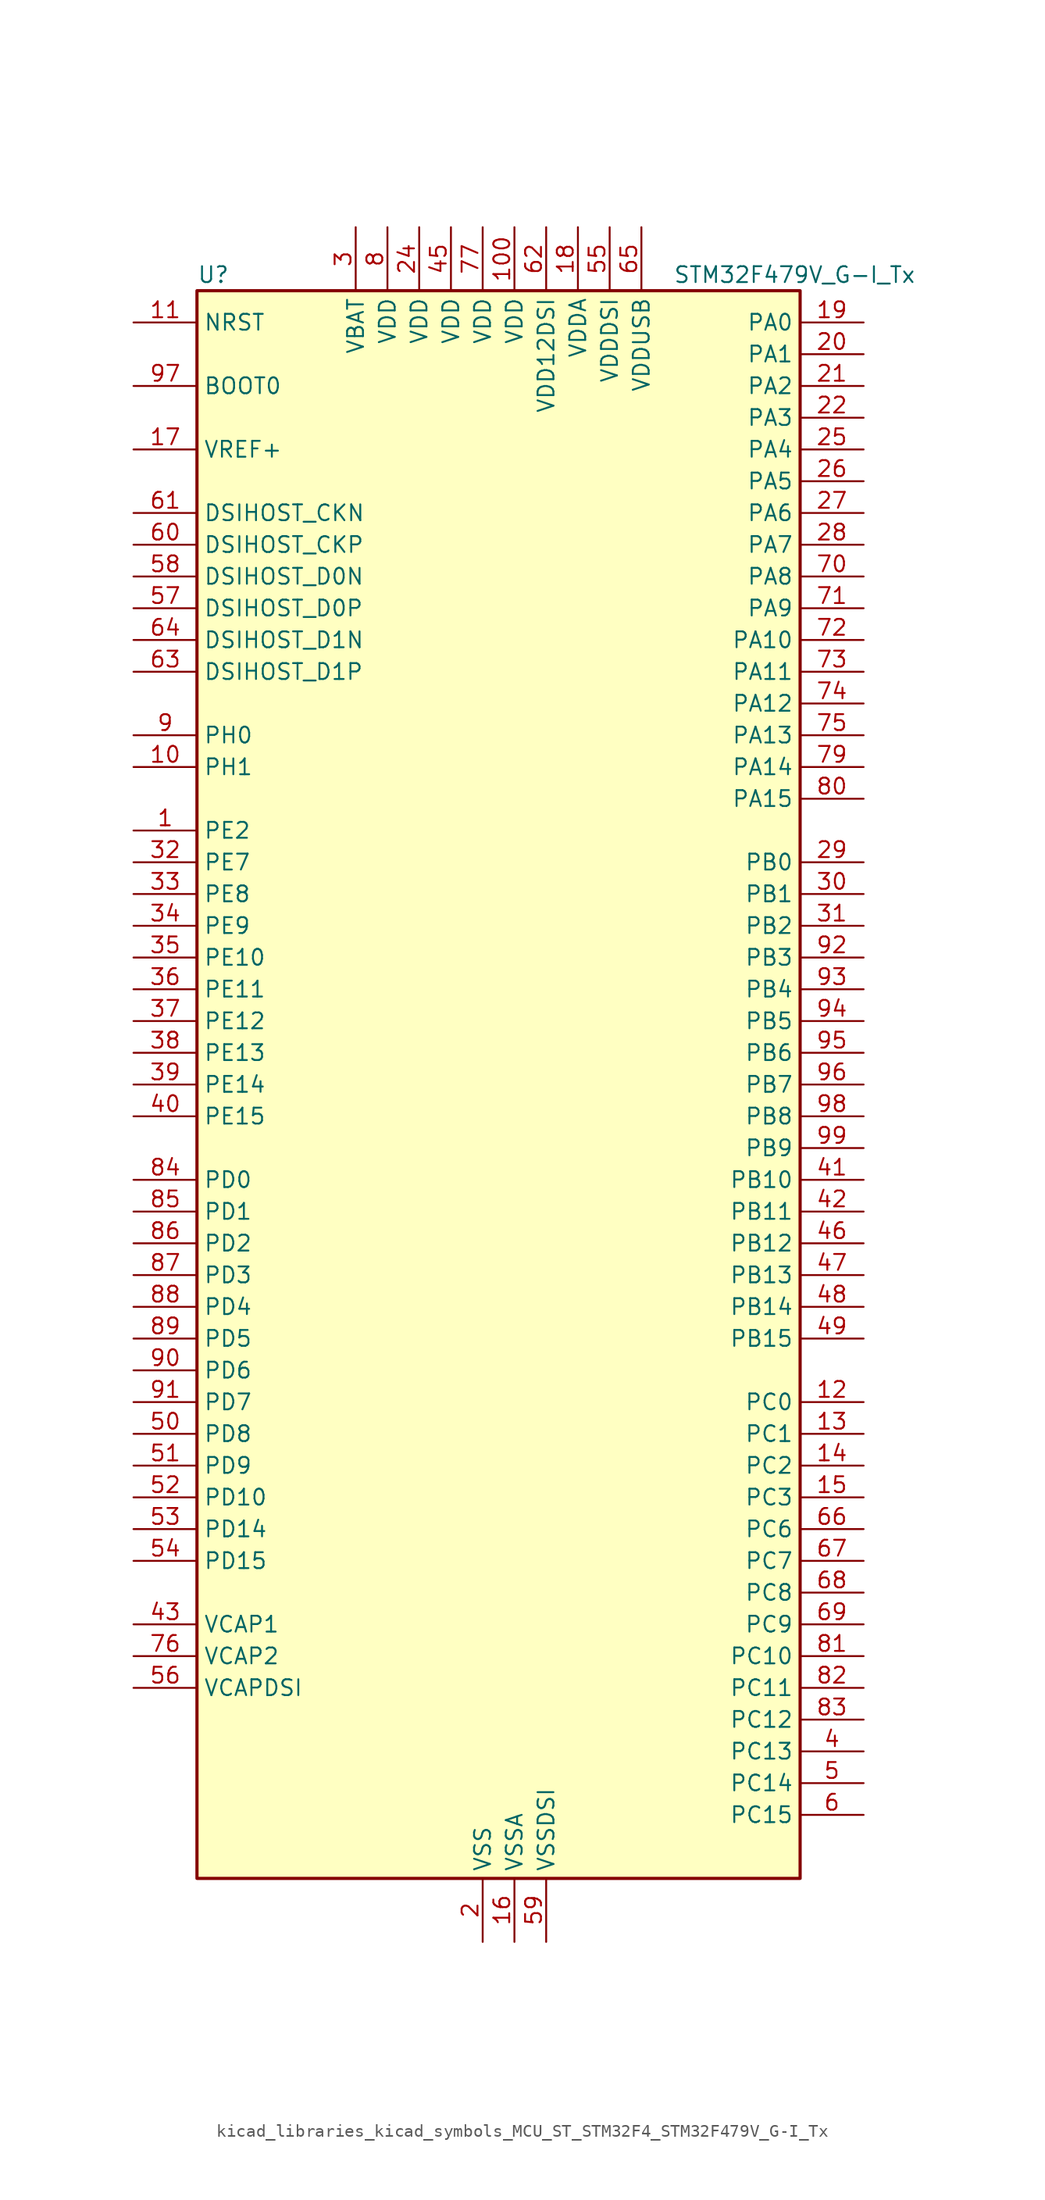
<source format=kicad_sym>
(kicad_symbol_lib
  (version 20220914)
  (generator kicad_symbol_editor)
  (symbol "kicad_libraries_kicad_symbols_MCU_ST_STM32F4_STM32F479V_G-I_Tx"
    (property "Reference" "U"
      (at -22.86 64.77 0)
      (effects (font (size 1.27 1.27)) (justify left)))
    (property "Value" "STM32F479V_G-I_Tx"
      (at 15.24 64.77 0)
      (effects (font (size 1.27 1.27)) (justify left)))
    (property "ki_locked" ""
      (at 0 0 0)
      (effects (font (size 1.27 1.27))))
    (symbol "kicad_libraries_kicad_symbols_MCU_ST_STM32F4_STM32F479V_G-I_Tx_0_1"
      (rectangle (start -22.86 -63.5) (end 25.4 63.5) (stroke (width 0.254) (type default)) (fill (type background))))
    (symbol "kicad_libraries_kicad_symbols_MCU_ST_STM32F4_STM32F479V_G-I_Tx_1_1"
      (pin bidirectional line (at -27.94 20.32 0) (length 5.08) (name "PE2" (effects (font (size 1.27 1.27)))) (number "1" (effects (font (size 1.27 1.27)))) (alternate "FMC_A23" bidirectional line) (alternate "QUADSPI_BK1_IO2" bidirectional line) (alternate "SAI1_MCLK_A" bidirectional line) (alternate "SPI4_SCK" bidirectional line) (alternate "SYS_TRACECLK" bidirectional line))
      (pin bidirectional line (at -27.94 25.4 0) (length 5.08) (name "PH1" (effects (font (size 1.27 1.27)))) (number "10" (effects (font (size 1.27 1.27)))) (alternate "RCC_OSC_OUT" bidirectional line))
      (pin power_in line (at 2.54 68.58 270) (length 5.08) (name "VDD" (effects (font (size 1.27 1.27)))) (number "100" (effects (font (size 1.27 1.27)))))
      (pin input line (at -27.94 60.96 0) (length 5.08) (name "NRST" (effects (font (size 1.27 1.27)))) (number "11" (effects (font (size 1.27 1.27)))))
      (pin bidirectional line (at 30.48 -25.4 180) (length 5.08) (name "PC0" (effects (font (size 1.27 1.27)))) (number "12" (effects (font (size 1.27 1.27)))) (alternate "ADC1_IN10" bidirectional line) (alternate "ADC2_IN10" bidirectional line) (alternate "ADC3_IN10" bidirectional line) (alternate "FMC_SDNWE" bidirectional line) (alternate "LTDC_R5" bidirectional line) (alternate "USB_OTG_HS_ULPI_STP" bidirectional line))
      (pin bidirectional line (at 30.48 -27.94 180) (length 5.08) (name "PC1" (effects (font (size 1.27 1.27)))) (number "13" (effects (font (size 1.27 1.27)))) (alternate "ADC1_IN11" bidirectional line) (alternate "ADC2_IN11" bidirectional line) (alternate "ADC3_IN11" bidirectional line) (alternate "I2S2_SD" bidirectional line) (alternate "SAI1_SD_A" bidirectional line) (alternate "SPI2_MOSI" bidirectional line) (alternate "SYS_TRACED0" bidirectional line))
      (pin bidirectional line (at 30.48 -30.48 180) (length 5.08) (name "PC2" (effects (font (size 1.27 1.27)))) (number "14" (effects (font (size 1.27 1.27)))) (alternate "ADC1_IN12" bidirectional line) (alternate "ADC2_IN12" bidirectional line) (alternate "ADC3_IN12" bidirectional line) (alternate "FMC_SDNE0" bidirectional line) (alternate "I2S2_ext_SD" bidirectional line) (alternate "SPI2_MISO" bidirectional line) (alternate "USB_OTG_HS_ULPI_DIR" bidirectional line))
      (pin bidirectional line (at 30.48 -33.02 180) (length 5.08) (name "PC3" (effects (font (size 1.27 1.27)))) (number "15" (effects (font (size 1.27 1.27)))) (alternate "ADC1_IN13" bidirectional line) (alternate "ADC2_IN13" bidirectional line) (alternate "ADC3_IN13" bidirectional line) (alternate "FMC_SDCKE0" bidirectional line) (alternate "I2S2_SD" bidirectional line) (alternate "SPI2_MOSI" bidirectional line) (alternate "USB_OTG_HS_ULPI_NXT" bidirectional line))
      (pin power_in line (at 2.54 -68.58 90) (length 5.08) (name "VSSA" (effects (font (size 1.27 1.27)))) (number "16" (effects (font (size 1.27 1.27)))))
      (pin input line (at -27.94 50.8 0) (length 5.08) (name "VREF+" (effects (font (size 1.27 1.27)))) (number "17" (effects (font (size 1.27 1.27)))))
      (pin power_in line (at 7.62 68.58 270) (length 5.08) (name "VDDA" (effects (font (size 1.27 1.27)))) (number "18" (effects (font (size 1.27 1.27)))))
      (pin bidirectional line (at 30.48 60.96 180) (length 5.08) (name "PA0" (effects (font (size 1.27 1.27)))) (number "19" (effects (font (size 1.27 1.27)))) (alternate "ADC1_IN0" bidirectional line) (alternate "ADC2_IN0" bidirectional line) (alternate "ADC3_IN0" bidirectional line) (alternate "SYS_WKUP" bidirectional line) (alternate "TIM2_CH1" bidirectional line) (alternate "TIM2_ETR" bidirectional line) (alternate "TIM5_CH1" bidirectional line) (alternate "TIM8_ETR" bidirectional line) (alternate "UART4_TX" bidirectional line) (alternate "USART2_CTS" bidirectional line))
      (pin power_in line (at 0 -68.58 90) (length 5.08) (name "VSS" (effects (font (size 1.27 1.27)))) (number "2" (effects (font (size 1.27 1.27)))))
      (pin bidirectional line (at 30.48 58.42 180) (length 5.08) (name "PA1" (effects (font (size 1.27 1.27)))) (number "20" (effects (font (size 1.27 1.27)))) (alternate "ADC1_IN1" bidirectional line) (alternate "ADC2_IN1" bidirectional line) (alternate "ADC3_IN1" bidirectional line) (alternate "LTDC_R2" bidirectional line) (alternate "QUADSPI_BK1_IO3" bidirectional line) (alternate "TIM2_CH2" bidirectional line) (alternate "TIM5_CH2" bidirectional line) (alternate "UART4_RX" bidirectional line) (alternate "USART2_RTS" bidirectional line))
      (pin bidirectional line (at 30.48 55.88 180) (length 5.08) (name "PA2" (effects (font (size 1.27 1.27)))) (number "21" (effects (font (size 1.27 1.27)))) (alternate "ADC1_IN2" bidirectional line) (alternate "ADC2_IN2" bidirectional line) (alternate "ADC3_IN2" bidirectional line) (alternate "LTDC_R1" bidirectional line) (alternate "TIM2_CH3" bidirectional line) (alternate "TIM5_CH3" bidirectional line) (alternate "TIM9_CH1" bidirectional line) (alternate "USART2_TX" bidirectional line))
      (pin bidirectional line (at 30.48 53.34 180) (length 5.08) (name "PA3" (effects (font (size 1.27 1.27)))) (number "22" (effects (font (size 1.27 1.27)))) (alternate "ADC1_IN3" bidirectional line) (alternate "ADC2_IN3" bidirectional line) (alternate "ADC3_IN3" bidirectional line) (alternate "LTDC_B2" bidirectional line) (alternate "LTDC_B5" bidirectional line) (alternate "TIM2_CH4" bidirectional line) (alternate "TIM5_CH4" bidirectional line) (alternate "TIM9_CH2" bidirectional line) (alternate "USART2_RX" bidirectional line) (alternate "USB_OTG_HS_ULPI_D0" bidirectional line))
      (pin passive line (at 0 -68.58 90) (length 5.08) hide (name "VSS" (effects (font (size 1.27 1.27)))) (number "23" (effects (font (size 1.27 1.27)))))
      (pin power_in line (at -5.08 68.58 270) (length 5.08) (name "VDD" (effects (font (size 1.27 1.27)))) (number "24" (effects (font (size 1.27 1.27)))))
      (pin bidirectional line (at 30.48 50.8 180) (length 5.08) (name "PA4" (effects (font (size 1.27 1.27)))) (number "25" (effects (font (size 1.27 1.27)))) (alternate "ADC1_IN4" bidirectional line) (alternate "ADC2_IN4" bidirectional line) (alternate "DAC_OUT1" bidirectional line) (alternate "DCMI_HSYNC" bidirectional line) (alternate "I2S3_WS" bidirectional line) (alternate "LTDC_VSYNC" bidirectional line) (alternate "SPI1_NSS" bidirectional line) (alternate "SPI3_NSS" bidirectional line) (alternate "USART2_CK" bidirectional line) (alternate "USB_OTG_HS_SOF" bidirectional line))
      (pin bidirectional line (at 30.48 48.26 180) (length 5.08) (name "PA5" (effects (font (size 1.27 1.27)))) (number "26" (effects (font (size 1.27 1.27)))) (alternate "ADC1_IN5" bidirectional line) (alternate "ADC2_IN5" bidirectional line) (alternate "DAC_OUT2" bidirectional line) (alternate "LTDC_R4" bidirectional line) (alternate "SPI1_SCK" bidirectional line) (alternate "TIM2_CH1" bidirectional line) (alternate "TIM2_ETR" bidirectional line) (alternate "TIM8_CH1N" bidirectional line) (alternate "USB_OTG_HS_ULPI_CK" bidirectional line))
      (pin bidirectional line (at 30.48 45.72 180) (length 5.08) (name "PA6" (effects (font (size 1.27 1.27)))) (number "27" (effects (font (size 1.27 1.27)))) (alternate "ADC1_IN6" bidirectional line) (alternate "ADC2_IN6" bidirectional line) (alternate "DCMI_PIXCLK" bidirectional line) (alternate "LTDC_G2" bidirectional line) (alternate "SPI1_MISO" bidirectional line) (alternate "TIM13_CH1" bidirectional line) (alternate "TIM1_BKIN" bidirectional line) (alternate "TIM3_CH1" bidirectional line) (alternate "TIM8_BKIN" bidirectional line))
      (pin bidirectional line (at 30.48 43.18 180) (length 5.08) (name "PA7" (effects (font (size 1.27 1.27)))) (number "28" (effects (font (size 1.27 1.27)))) (alternate "ADC1_IN7" bidirectional line) (alternate "ADC2_IN7" bidirectional line) (alternate "FMC_SDNWE" bidirectional line) (alternate "QUADSPI_CLK" bidirectional line) (alternate "SPI1_MOSI" bidirectional line) (alternate "TIM14_CH1" bidirectional line) (alternate "TIM1_CH1N" bidirectional line) (alternate "TIM3_CH2" bidirectional line) (alternate "TIM8_CH1N" bidirectional line))
      (pin bidirectional line (at 30.48 17.78 180) (length 5.08) (name "PB0" (effects (font (size 1.27 1.27)))) (number "29" (effects (font (size 1.27 1.27)))) (alternate "ADC1_IN8" bidirectional line) (alternate "ADC2_IN8" bidirectional line) (alternate "LTDC_G1" bidirectional line) (alternate "LTDC_R3" bidirectional line) (alternate "TIM1_CH2N" bidirectional line) (alternate "TIM3_CH3" bidirectional line) (alternate "TIM8_CH2N" bidirectional line) (alternate "USB_OTG_HS_ULPI_D1" bidirectional line))
      (pin power_in line (at -10.16 68.58 270) (length 5.08) (name "VBAT" (effects (font (size 1.27 1.27)))) (number "3" (effects (font (size 1.27 1.27)))))
      (pin bidirectional line (at 30.48 15.24 180) (length 5.08) (name "PB1" (effects (font (size 1.27 1.27)))) (number "30" (effects (font (size 1.27 1.27)))) (alternate "ADC1_IN9" bidirectional line) (alternate "ADC2_IN9" bidirectional line) (alternate "LTDC_G0" bidirectional line) (alternate "LTDC_R6" bidirectional line) (alternate "TIM1_CH3N" bidirectional line) (alternate "TIM3_CH4" bidirectional line) (alternate "TIM8_CH3N" bidirectional line) (alternate "USB_OTG_HS_ULPI_D2" bidirectional line))
      (pin bidirectional line (at 30.48 12.7 180) (length 5.08) (name "PB2" (effects (font (size 1.27 1.27)))) (number "31" (effects (font (size 1.27 1.27)))))
      (pin bidirectional line (at -27.94 17.78 0) (length 5.08) (name "PE7" (effects (font (size 1.27 1.27)))) (number "32" (effects (font (size 1.27 1.27)))) (alternate "FMC_D4" bidirectional line) (alternate "FMC_DA4" bidirectional line) (alternate "QUADSPI_BK2_IO0" bidirectional line) (alternate "TIM1_ETR" bidirectional line) (alternate "UART7_RX" bidirectional line))
      (pin bidirectional line (at -27.94 15.24 0) (length 5.08) (name "PE8" (effects (font (size 1.27 1.27)))) (number "33" (effects (font (size 1.27 1.27)))) (alternate "FMC_D5" bidirectional line) (alternate "FMC_DA5" bidirectional line) (alternate "QUADSPI_BK2_IO1" bidirectional line) (alternate "TIM1_CH1N" bidirectional line) (alternate "UART7_TX" bidirectional line))
      (pin bidirectional line (at -27.94 12.7 0) (length 5.08) (name "PE9" (effects (font (size 1.27 1.27)))) (number "34" (effects (font (size 1.27 1.27)))) (alternate "DAC_EXTI9" bidirectional line) (alternate "FMC_D6" bidirectional line) (alternate "FMC_DA6" bidirectional line) (alternate "QUADSPI_BK2_IO2" bidirectional line) (alternate "TIM1_CH1" bidirectional line))
      (pin bidirectional line (at -27.94 10.16 0) (length 5.08) (name "PE10" (effects (font (size 1.27 1.27)))) (number "35" (effects (font (size 1.27 1.27)))) (alternate "FMC_D7" bidirectional line) (alternate "FMC_DA7" bidirectional line) (alternate "QUADSPI_BK2_IO3" bidirectional line) (alternate "TIM1_CH2N" bidirectional line))
      (pin bidirectional line (at -27.94 7.62 0) (length 5.08) (name "PE11" (effects (font (size 1.27 1.27)))) (number "36" (effects (font (size 1.27 1.27)))) (alternate "ADC1_EXTI11" bidirectional line) (alternate "ADC2_EXTI11" bidirectional line) (alternate "ADC3_EXTI11" bidirectional line) (alternate "FMC_D8" bidirectional line) (alternate "FMC_DA8" bidirectional line) (alternate "LTDC_G3" bidirectional line) (alternate "SPI4_NSS" bidirectional line) (alternate "TIM1_CH2" bidirectional line))
      (pin bidirectional line (at -27.94 5.08 0) (length 5.08) (name "PE12" (effects (font (size 1.27 1.27)))) (number "37" (effects (font (size 1.27 1.27)))) (alternate "FMC_D9" bidirectional line) (alternate "FMC_DA9" bidirectional line) (alternate "LTDC_B4" bidirectional line) (alternate "SPI4_SCK" bidirectional line) (alternate "TIM1_CH3N" bidirectional line))
      (pin bidirectional line (at -27.94 2.54 0) (length 5.08) (name "PE13" (effects (font (size 1.27 1.27)))) (number "38" (effects (font (size 1.27 1.27)))) (alternate "FMC_D10" bidirectional line) (alternate "FMC_DA10" bidirectional line) (alternate "LTDC_DE" bidirectional line) (alternate "SPI4_MISO" bidirectional line) (alternate "TIM1_CH3" bidirectional line))
      (pin bidirectional line (at -27.94 0 0) (length 5.08) (name "PE14" (effects (font (size 1.27 1.27)))) (number "39" (effects (font (size 1.27 1.27)))) (alternate "FMC_D11" bidirectional line) (alternate "FMC_DA11" bidirectional line) (alternate "LTDC_CLK" bidirectional line) (alternate "SPI4_MOSI" bidirectional line) (alternate "TIM1_CH4" bidirectional line))
      (pin bidirectional line (at 30.48 -53.34 180) (length 5.08) (name "PC13" (effects (font (size 1.27 1.27)))) (number "4" (effects (font (size 1.27 1.27)))) (alternate "RTC_AF1" bidirectional line))
      (pin bidirectional line (at -27.94 -2.54 0) (length 5.08) (name "PE15" (effects (font (size 1.27 1.27)))) (number "40" (effects (font (size 1.27 1.27)))) (alternate "ADC1_EXTI15" bidirectional line) (alternate "ADC2_EXTI15" bidirectional line) (alternate "ADC3_EXTI15" bidirectional line) (alternate "FMC_D12" bidirectional line) (alternate "FMC_DA12" bidirectional line) (alternate "LTDC_R7" bidirectional line) (alternate "TIM1_BKIN" bidirectional line))
      (pin bidirectional line (at 30.48 -7.62 180) (length 5.08) (name "PB10" (effects (font (size 1.27 1.27)))) (number "41" (effects (font (size 1.27 1.27)))) (alternate "I2C2_SCL" bidirectional line) (alternate "I2S2_CK" bidirectional line) (alternate "LTDC_G4" bidirectional line) (alternate "QUADSPI_BK1_NCS" bidirectional line) (alternate "SPI2_SCK" bidirectional line) (alternate "TIM2_CH3" bidirectional line) (alternate "USART3_TX" bidirectional line) (alternate "USB_OTG_HS_ULPI_D3" bidirectional line))
      (pin bidirectional line (at 30.48 -10.16 180) (length 5.08) (name "PB11" (effects (font (size 1.27 1.27)))) (number "42" (effects (font (size 1.27 1.27)))) (alternate "ADC1_EXTI11" bidirectional line) (alternate "ADC2_EXTI11" bidirectional line) (alternate "ADC3_EXTI11" bidirectional line) (alternate "DSIHOST_TE" bidirectional line) (alternate "I2C2_SDA" bidirectional line) (alternate "LTDC_G5" bidirectional line) (alternate "TIM2_CH4" bidirectional line) (alternate "USART3_RX" bidirectional line) (alternate "USB_OTG_HS_ULPI_D4" bidirectional line))
      (pin power_out line (at -27.94 -43.18 0) (length 5.08) (name "VCAP1" (effects (font (size 1.27 1.27)))) (number "43" (effects (font (size 1.27 1.27)))))
      (pin passive line (at 0 -68.58 90) (length 5.08) hide (name "VSS" (effects (font (size 1.27 1.27)))) (number "44" (effects (font (size 1.27 1.27)))))
      (pin power_in line (at -2.54 68.58 270) (length 5.08) (name "VDD" (effects (font (size 1.27 1.27)))) (number "45" (effects (font (size 1.27 1.27)))))
      (pin bidirectional line (at 30.48 -12.7 180) (length 5.08) (name "PB12" (effects (font (size 1.27 1.27)))) (number "46" (effects (font (size 1.27 1.27)))) (alternate "CAN2_RX" bidirectional line) (alternate "I2C2_SMBA" bidirectional line) (alternate "I2S2_WS" bidirectional line) (alternate "SPI2_NSS" bidirectional line) (alternate "TIM1_BKIN" bidirectional line) (alternate "USART3_CK" bidirectional line) (alternate "USB_OTG_HS_ID" bidirectional line) (alternate "USB_OTG_HS_ULPI_D5" bidirectional line))
      (pin bidirectional line (at 30.48 -15.24 180) (length 5.08) (name "PB13" (effects (font (size 1.27 1.27)))) (number "47" (effects (font (size 1.27 1.27)))) (alternate "CAN2_TX" bidirectional line) (alternate "I2S2_CK" bidirectional line) (alternate "SPI2_SCK" bidirectional line) (alternate "TIM1_CH1N" bidirectional line) (alternate "USART3_CTS" bidirectional line) (alternate "USB_OTG_HS_ULPI_D6" bidirectional line) (alternate "USB_OTG_HS_VBUS" bidirectional line))
      (pin bidirectional line (at 30.48 -17.78 180) (length 5.08) (name "PB14" (effects (font (size 1.27 1.27)))) (number "48" (effects (font (size 1.27 1.27)))) (alternate "I2S2_ext_SD" bidirectional line) (alternate "SPI2_MISO" bidirectional line) (alternate "TIM12_CH1" bidirectional line) (alternate "TIM1_CH2N" bidirectional line) (alternate "TIM8_CH2N" bidirectional line) (alternate "USART3_RTS" bidirectional line) (alternate "USB_OTG_HS_DM" bidirectional line))
      (pin bidirectional line (at 30.48 -20.32 180) (length 5.08) (name "PB15" (effects (font (size 1.27 1.27)))) (number "49" (effects (font (size 1.27 1.27)))) (alternate "ADC1_EXTI15" bidirectional line) (alternate "ADC2_EXTI15" bidirectional line) (alternate "ADC3_EXTI15" bidirectional line) (alternate "I2S2_SD" bidirectional line) (alternate "RTC_REFIN" bidirectional line) (alternate "SPI2_MOSI" bidirectional line) (alternate "TIM12_CH2" bidirectional line) (alternate "TIM1_CH3N" bidirectional line) (alternate "TIM8_CH3N" bidirectional line) (alternate "USB_OTG_HS_DP" bidirectional line))
      (pin bidirectional line (at 30.48 -55.88 180) (length 5.08) (name "PC14" (effects (font (size 1.27 1.27)))) (number "5" (effects (font (size 1.27 1.27)))) (alternate "RCC_OSC32_IN" bidirectional line))
      (pin bidirectional line (at -27.94 -27.94 0) (length 5.08) (name "PD8" (effects (font (size 1.27 1.27)))) (number "50" (effects (font (size 1.27 1.27)))) (alternate "FMC_D13" bidirectional line) (alternate "FMC_DA13" bidirectional line) (alternate "USART3_TX" bidirectional line))
      (pin bidirectional line (at -27.94 -30.48 0) (length 5.08) (name "PD9" (effects (font (size 1.27 1.27)))) (number "51" (effects (font (size 1.27 1.27)))) (alternate "DAC_EXTI9" bidirectional line) (alternate "FMC_D14" bidirectional line) (alternate "FMC_DA14" bidirectional line) (alternate "USART3_RX" bidirectional line))
      (pin bidirectional line (at -27.94 -33.02 0) (length 5.08) (name "PD10" (effects (font (size 1.27 1.27)))) (number "52" (effects (font (size 1.27 1.27)))) (alternate "FMC_D15" bidirectional line) (alternate "FMC_DA15" bidirectional line) (alternate "LTDC_B3" bidirectional line) (alternate "USART3_CK" bidirectional line))
      (pin bidirectional line (at -27.94 -35.56 0) (length 5.08) (name "PD14" (effects (font (size 1.27 1.27)))) (number "53" (effects (font (size 1.27 1.27)))) (alternate "FMC_D0" bidirectional line) (alternate "FMC_DA0" bidirectional line) (alternate "TIM4_CH3" bidirectional line))
      (pin bidirectional line (at -27.94 -38.1 0) (length 5.08) (name "PD15" (effects (font (size 1.27 1.27)))) (number "54" (effects (font (size 1.27 1.27)))) (alternate "ADC1_EXTI15" bidirectional line) (alternate "ADC2_EXTI15" bidirectional line) (alternate "ADC3_EXTI15" bidirectional line) (alternate "FMC_D1" bidirectional line) (alternate "FMC_DA1" bidirectional line) (alternate "TIM4_CH4" bidirectional line))
      (pin power_in line (at 10.16 68.58 270) (length 5.08) (name "VDDDSI" (effects (font (size 1.27 1.27)))) (number "55" (effects (font (size 1.27 1.27)))))
      (pin power_out line (at -27.94 -48.26 0) (length 5.08) (name "VCAPDSI" (effects (font (size 1.27 1.27)))) (number "56" (effects (font (size 1.27 1.27)))))
      (pin bidirectional line (at -27.94 38.1 0) (length 5.08) (name "DSIHOST_D0P" (effects (font (size 1.27 1.27)))) (number "57" (effects (font (size 1.27 1.27)))) (alternate "DSIHOST_D0P" bidirectional line))
      (pin bidirectional line (at -27.94 40.64 0) (length 5.08) (name "DSIHOST_D0N" (effects (font (size 1.27 1.27)))) (number "58" (effects (font (size 1.27 1.27)))) (alternate "DSIHOST_D0N" bidirectional line))
      (pin power_in line (at 5.08 -68.58 90) (length 5.08) (name "VSSDSI" (effects (font (size 1.27 1.27)))) (number "59" (effects (font (size 1.27 1.27)))))
      (pin bidirectional line (at 30.48 -58.42 180) (length 5.08) (name "PC15" (effects (font (size 1.27 1.27)))) (number "6" (effects (font (size 1.27 1.27)))) (alternate "ADC1_EXTI15" bidirectional line) (alternate "ADC2_EXTI15" bidirectional line) (alternate "ADC3_EXTI15" bidirectional line) (alternate "RCC_OSC32_OUT" bidirectional line))
      (pin bidirectional line (at -27.94 43.18 0) (length 5.08) (name "DSIHOST_CKP" (effects (font (size 1.27 1.27)))) (number "60" (effects (font (size 1.27 1.27)))) (alternate "DSIHOST_CKP" bidirectional line))
      (pin bidirectional line (at -27.94 45.72 0) (length 5.08) (name "DSIHOST_CKN" (effects (font (size 1.27 1.27)))) (number "61" (effects (font (size 1.27 1.27)))) (alternate "DSIHOST_CKN" bidirectional line))
      (pin power_in line (at 5.08 68.58 270) (length 5.08) (name "VDD12DSI" (effects (font (size 1.27 1.27)))) (number "62" (effects (font (size 1.27 1.27)))))
      (pin bidirectional line (at -27.94 33.02 0) (length 5.08) (name "DSIHOST_D1P" (effects (font (size 1.27 1.27)))) (number "63" (effects (font (size 1.27 1.27)))) (alternate "DSIHOST_D1P" bidirectional line))
      (pin bidirectional line (at -27.94 35.56 0) (length 5.08) (name "DSIHOST_D1N" (effects (font (size 1.27 1.27)))) (number "64" (effects (font (size 1.27 1.27)))) (alternate "DSIHOST_D1N" bidirectional line))
      (pin power_in line (at 12.7 68.58 270) (length 5.08) (name "VDDUSB" (effects (font (size 1.27 1.27)))) (number "65" (effects (font (size 1.27 1.27)))))
      (pin bidirectional line (at 30.48 -35.56 180) (length 5.08) (name "PC6" (effects (font (size 1.27 1.27)))) (number "66" (effects (font (size 1.27 1.27)))) (alternate "DCMI_D0" bidirectional line) (alternate "I2S2_MCK" bidirectional line) (alternate "LTDC_HSYNC" bidirectional line) (alternate "SDIO_D6" bidirectional line) (alternate "TIM3_CH1" bidirectional line) (alternate "TIM8_CH1" bidirectional line) (alternate "USART6_TX" bidirectional line))
      (pin bidirectional line (at 30.48 -38.1 180) (length 5.08) (name "PC7" (effects (font (size 1.27 1.27)))) (number "67" (effects (font (size 1.27 1.27)))) (alternate "DCMI_D1" bidirectional line) (alternate "I2S3_MCK" bidirectional line) (alternate "LTDC_G6" bidirectional line) (alternate "SDIO_D7" bidirectional line) (alternate "TIM3_CH2" bidirectional line) (alternate "TIM8_CH2" bidirectional line) (alternate "USART6_RX" bidirectional line))
      (pin bidirectional line (at 30.48 -40.64 180) (length 5.08) (name "PC8" (effects (font (size 1.27 1.27)))) (number "68" (effects (font (size 1.27 1.27)))) (alternate "DCMI_D2" bidirectional line) (alternate "SDIO_D0" bidirectional line) (alternate "SYS_TRACED1" bidirectional line) (alternate "TIM3_CH3" bidirectional line) (alternate "TIM8_CH3" bidirectional line) (alternate "USART6_CK" bidirectional line))
      (pin bidirectional line (at 30.48 -43.18 180) (length 5.08) (name "PC9" (effects (font (size 1.27 1.27)))) (number "69" (effects (font (size 1.27 1.27)))) (alternate "DAC_EXTI9" bidirectional line) (alternate "DCMI_D3" bidirectional line) (alternate "I2C3_SDA" bidirectional line) (alternate "I2S_CKIN" bidirectional line) (alternate "QUADSPI_BK1_IO0" bidirectional line) (alternate "RCC_MCO_2" bidirectional line) (alternate "SDIO_D1" bidirectional line) (alternate "TIM3_CH4" bidirectional line) (alternate "TIM8_CH4" bidirectional line))
      (pin passive line (at 0 -68.58 90) (length 5.08) hide (name "VSS" (effects (font (size 1.27 1.27)))) (number "7" (effects (font (size 1.27 1.27)))))
      (pin bidirectional line (at 30.48 40.64 180) (length 5.08) (name "PA8" (effects (font (size 1.27 1.27)))) (number "70" (effects (font (size 1.27 1.27)))) (alternate "I2C3_SCL" bidirectional line) (alternate "LTDC_R6" bidirectional line) (alternate "RCC_MCO_1" bidirectional line) (alternate "TIM1_CH1" bidirectional line) (alternate "USART1_CK" bidirectional line) (alternate "USB_OTG_FS_SOF" bidirectional line))
      (pin bidirectional line (at 30.48 38.1 180) (length 5.08) (name "PA9" (effects (font (size 1.27 1.27)))) (number "71" (effects (font (size 1.27 1.27)))) (alternate "DAC_EXTI9" bidirectional line) (alternate "DCMI_D0" bidirectional line) (alternate "I2C3_SMBA" bidirectional line) (alternate "I2S2_CK" bidirectional line) (alternate "SPI2_SCK" bidirectional line) (alternate "TIM1_CH2" bidirectional line) (alternate "USART1_TX" bidirectional line) (alternate "USB_OTG_FS_VBUS" bidirectional line))
      (pin bidirectional line (at 30.48 35.56 180) (length 5.08) (name "PA10" (effects (font (size 1.27 1.27)))) (number "72" (effects (font (size 1.27 1.27)))) (alternate "DCMI_D1" bidirectional line) (alternate "TIM1_CH3" bidirectional line) (alternate "USART1_RX" bidirectional line) (alternate "USB_OTG_FS_ID" bidirectional line))
      (pin bidirectional line (at 30.48 33.02 180) (length 5.08) (name "PA11" (effects (font (size 1.27 1.27)))) (number "73" (effects (font (size 1.27 1.27)))) (alternate "ADC1_EXTI11" bidirectional line) (alternate "ADC2_EXTI11" bidirectional line) (alternate "ADC3_EXTI11" bidirectional line) (alternate "CAN1_RX" bidirectional line) (alternate "LTDC_R4" bidirectional line) (alternate "TIM1_CH4" bidirectional line) (alternate "USART1_CTS" bidirectional line) (alternate "USB_OTG_FS_DM" bidirectional line))
      (pin bidirectional line (at 30.48 30.48 180) (length 5.08) (name "PA12" (effects (font (size 1.27 1.27)))) (number "74" (effects (font (size 1.27 1.27)))) (alternate "CAN1_TX" bidirectional line) (alternate "LTDC_R5" bidirectional line) (alternate "TIM1_ETR" bidirectional line) (alternate "USART1_RTS" bidirectional line) (alternate "USB_OTG_FS_DP" bidirectional line))
      (pin bidirectional line (at 30.48 27.94 180) (length 5.08) (name "PA13" (effects (font (size 1.27 1.27)))) (number "75" (effects (font (size 1.27 1.27)))) (alternate "SYS_JTMS-SWDIO" bidirectional line))
      (pin power_out line (at -27.94 -45.72 0) (length 5.08) (name "VCAP2" (effects (font (size 1.27 1.27)))) (number "76" (effects (font (size 1.27 1.27)))))
      (pin power_in line (at 0 68.58 270) (length 5.08) (name "VDD" (effects (font (size 1.27 1.27)))) (number "77" (effects (font (size 1.27 1.27)))))
      (pin passive line (at 0 -68.58 90) (length 5.08) hide (name "VSS" (effects (font (size 1.27 1.27)))) (number "78" (effects (font (size 1.27 1.27)))))
      (pin bidirectional line (at 30.48 25.4 180) (length 5.08) (name "PA14" (effects (font (size 1.27 1.27)))) (number "79" (effects (font (size 1.27 1.27)))) (alternate "SYS_JTCK-SWCLK" bidirectional line))
      (pin power_in line (at -7.62 68.58 270) (length 5.08) (name "VDD" (effects (font (size 1.27 1.27)))) (number "8" (effects (font (size 1.27 1.27)))))
      (pin bidirectional line (at 30.48 22.86 180) (length 5.08) (name "PA15" (effects (font (size 1.27 1.27)))) (number "80" (effects (font (size 1.27 1.27)))) (alternate "ADC1_EXTI15" bidirectional line) (alternate "ADC2_EXTI15" bidirectional line) (alternate "ADC3_EXTI15" bidirectional line) (alternate "I2S3_WS" bidirectional line) (alternate "SPI1_NSS" bidirectional line) (alternate "SPI3_NSS" bidirectional line) (alternate "SYS_JTDI" bidirectional line) (alternate "TIM2_CH1" bidirectional line) (alternate "TIM2_ETR" bidirectional line))
      (pin bidirectional line (at 30.48 -45.72 180) (length 5.08) (name "PC10" (effects (font (size 1.27 1.27)))) (number "81" (effects (font (size 1.27 1.27)))) (alternate "DCMI_D8" bidirectional line) (alternate "I2S3_CK" bidirectional line) (alternate "LTDC_R2" bidirectional line) (alternate "QUADSPI_BK1_IO1" bidirectional line) (alternate "SDIO_D2" bidirectional line) (alternate "SPI3_SCK" bidirectional line) (alternate "UART4_TX" bidirectional line) (alternate "USART3_TX" bidirectional line))
      (pin bidirectional line (at 30.48 -48.26 180) (length 5.08) (name "PC11" (effects (font (size 1.27 1.27)))) (number "82" (effects (font (size 1.27 1.27)))) (alternate "ADC1_EXTI11" bidirectional line) (alternate "ADC2_EXTI11" bidirectional line) (alternate "ADC3_EXTI11" bidirectional line) (alternate "DCMI_D4" bidirectional line) (alternate "I2S3_ext_SD" bidirectional line) (alternate "QUADSPI_BK2_NCS" bidirectional line) (alternate "SDIO_D3" bidirectional line) (alternate "SPI3_MISO" bidirectional line) (alternate "UART4_RX" bidirectional line) (alternate "USART3_RX" bidirectional line))
      (pin bidirectional line (at 30.48 -50.8 180) (length 5.08) (name "PC12" (effects (font (size 1.27 1.27)))) (number "83" (effects (font (size 1.27 1.27)))) (alternate "DCMI_D9" bidirectional line) (alternate "I2S3_SD" bidirectional line) (alternate "SDIO_CK" bidirectional line) (alternate "SPI3_MOSI" bidirectional line) (alternate "SYS_TRACED3" bidirectional line) (alternate "UART5_TX" bidirectional line) (alternate "USART3_CK" bidirectional line))
      (pin bidirectional line (at -27.94 -7.62 0) (length 5.08) (name "PD0" (effects (font (size 1.27 1.27)))) (number "84" (effects (font (size 1.27 1.27)))) (alternate "CAN1_RX" bidirectional line) (alternate "FMC_D2" bidirectional line) (alternate "FMC_DA2" bidirectional line))
      (pin bidirectional line (at -27.94 -10.16 0) (length 5.08) (name "PD1" (effects (font (size 1.27 1.27)))) (number "85" (effects (font (size 1.27 1.27)))) (alternate "CAN1_TX" bidirectional line) (alternate "FMC_D3" bidirectional line) (alternate "FMC_DA3" bidirectional line))
      (pin bidirectional line (at -27.94 -12.7 0) (length 5.08) (name "PD2" (effects (font (size 1.27 1.27)))) (number "86" (effects (font (size 1.27 1.27)))) (alternate "DCMI_D11" bidirectional line) (alternate "SDIO_CMD" bidirectional line) (alternate "SYS_TRACED2" bidirectional line) (alternate "TIM3_ETR" bidirectional line) (alternate "UART5_RX" bidirectional line))
      (pin bidirectional line (at -27.94 -15.24 0) (length 5.08) (name "PD3" (effects (font (size 1.27 1.27)))) (number "87" (effects (font (size 1.27 1.27)))) (alternate "DCMI_D5" bidirectional line) (alternate "FMC_CLK" bidirectional line) (alternate "I2S2_CK" bidirectional line) (alternate "LTDC_G7" bidirectional line) (alternate "SPI2_SCK" bidirectional line) (alternate "USART2_CTS" bidirectional line))
      (pin bidirectional line (at -27.94 -17.78 0) (length 5.08) (name "PD4" (effects (font (size 1.27 1.27)))) (number "88" (effects (font (size 1.27 1.27)))) (alternate "FMC_NOE" bidirectional line) (alternate "USART2_RTS" bidirectional line))
      (pin bidirectional line (at -27.94 -20.32 0) (length 5.08) (name "PD5" (effects (font (size 1.27 1.27)))) (number "89" (effects (font (size 1.27 1.27)))) (alternate "FMC_NWE" bidirectional line) (alternate "USART2_TX" bidirectional line))
      (pin bidirectional line (at -27.94 27.94 0) (length 5.08) (name "PH0" (effects (font (size 1.27 1.27)))) (number "9" (effects (font (size 1.27 1.27)))) (alternate "RCC_OSC_IN" bidirectional line))
      (pin bidirectional line (at -27.94 -22.86 0) (length 5.08) (name "PD6" (effects (font (size 1.27 1.27)))) (number "90" (effects (font (size 1.27 1.27)))) (alternate "DCMI_D10" bidirectional line) (alternate "FMC_NWAIT" bidirectional line) (alternate "I2S3_SD" bidirectional line) (alternate "LTDC_B2" bidirectional line) (alternate "SAI1_SD_A" bidirectional line) (alternate "SPI3_MOSI" bidirectional line) (alternate "USART2_RX" bidirectional line))
      (pin bidirectional line (at -27.94 -25.4 0) (length 5.08) (name "PD7" (effects (font (size 1.27 1.27)))) (number "91" (effects (font (size 1.27 1.27)))) (alternate "FMC_NE1" bidirectional line) (alternate "USART2_CK" bidirectional line))
      (pin bidirectional line (at 30.48 10.16 180) (length 5.08) (name "PB3" (effects (font (size 1.27 1.27)))) (number "92" (effects (font (size 1.27 1.27)))) (alternate "I2S3_CK" bidirectional line) (alternate "SPI1_SCK" bidirectional line) (alternate "SPI3_SCK" bidirectional line) (alternate "SYS_JTDO-SWO" bidirectional line) (alternate "TIM2_CH2" bidirectional line))
      (pin bidirectional line (at 30.48 7.62 180) (length 5.08) (name "PB4" (effects (font (size 1.27 1.27)))) (number "93" (effects (font (size 1.27 1.27)))) (alternate "I2S3_ext_SD" bidirectional line) (alternate "SPI1_MISO" bidirectional line) (alternate "SPI3_MISO" bidirectional line) (alternate "SYS_JTRST" bidirectional line) (alternate "TIM3_CH1" bidirectional line))
      (pin bidirectional line (at 30.48 5.08 180) (length 5.08) (name "PB5" (effects (font (size 1.27 1.27)))) (number "94" (effects (font (size 1.27 1.27)))) (alternate "CAN2_RX" bidirectional line) (alternate "DCMI_D10" bidirectional line) (alternate "FMC_SDCKE1" bidirectional line) (alternate "I2C1_SMBA" bidirectional line) (alternate "I2S3_SD" bidirectional line) (alternate "LTDC_G7" bidirectional line) (alternate "SPI1_MOSI" bidirectional line) (alternate "SPI3_MOSI" bidirectional line) (alternate "TIM3_CH2" bidirectional line) (alternate "USB_OTG_HS_ULPI_D7" bidirectional line))
      (pin bidirectional line (at 30.48 2.54 180) (length 5.08) (name "PB6" (effects (font (size 1.27 1.27)))) (number "95" (effects (font (size 1.27 1.27)))) (alternate "CAN2_TX" bidirectional line) (alternate "DCMI_D5" bidirectional line) (alternate "FMC_SDNE1" bidirectional line) (alternate "I2C1_SCL" bidirectional line) (alternate "QUADSPI_BK1_NCS" bidirectional line) (alternate "TIM4_CH1" bidirectional line) (alternate "USART1_TX" bidirectional line))
      (pin bidirectional line (at 30.48 0 180) (length 5.08) (name "PB7" (effects (font (size 1.27 1.27)))) (number "96" (effects (font (size 1.27 1.27)))) (alternate "DCMI_VSYNC" bidirectional line) (alternate "FMC_NL" bidirectional line) (alternate "I2C1_SDA" bidirectional line) (alternate "TIM4_CH2" bidirectional line) (alternate "USART1_RX" bidirectional line))
      (pin input line (at -27.94 55.88 0) (length 5.08) (name "BOOT0" (effects (font (size 1.27 1.27)))) (number "97" (effects (font (size 1.27 1.27)))))
      (pin bidirectional line (at 30.48 -2.54 180) (length 5.08) (name "PB8" (effects (font (size 1.27 1.27)))) (number "98" (effects (font (size 1.27 1.27)))) (alternate "CAN1_RX" bidirectional line) (alternate "DCMI_D6" bidirectional line) (alternate "I2C1_SCL" bidirectional line) (alternate "LTDC_B6" bidirectional line) (alternate "SDIO_D4" bidirectional line) (alternate "TIM10_CH1" bidirectional line) (alternate "TIM4_CH3" bidirectional line))
      (pin bidirectional line (at 30.48 -5.08 180) (length 5.08) (name "PB9" (effects (font (size 1.27 1.27)))) (number "99" (effects (font (size 1.27 1.27)))) (alternate "CAN1_TX" bidirectional line) (alternate "DAC_EXTI9" bidirectional line) (alternate "DCMI_D7" bidirectional line) (alternate "I2C1_SDA" bidirectional line) (alternate "I2S2_WS" bidirectional line) (alternate "LTDC_B7" bidirectional line) (alternate "SDIO_D5" bidirectional line) (alternate "SPI2_NSS" bidirectional line) (alternate "TIM11_CH1" bidirectional line) (alternate "TIM4_CH4" bidirectional line)))))
</source>
